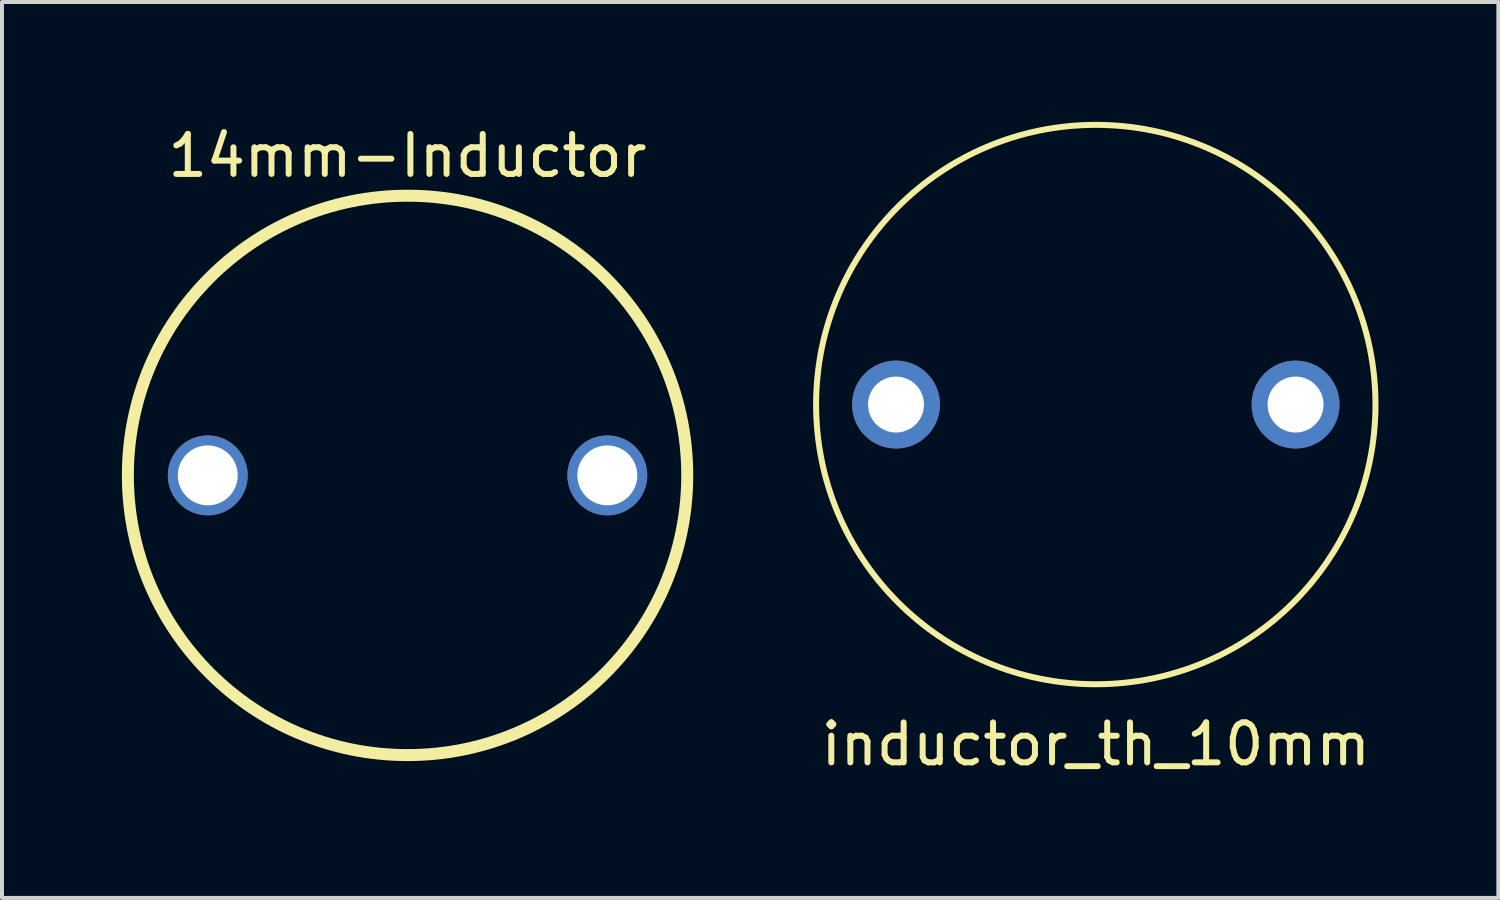
<source format=kicad_pcb>
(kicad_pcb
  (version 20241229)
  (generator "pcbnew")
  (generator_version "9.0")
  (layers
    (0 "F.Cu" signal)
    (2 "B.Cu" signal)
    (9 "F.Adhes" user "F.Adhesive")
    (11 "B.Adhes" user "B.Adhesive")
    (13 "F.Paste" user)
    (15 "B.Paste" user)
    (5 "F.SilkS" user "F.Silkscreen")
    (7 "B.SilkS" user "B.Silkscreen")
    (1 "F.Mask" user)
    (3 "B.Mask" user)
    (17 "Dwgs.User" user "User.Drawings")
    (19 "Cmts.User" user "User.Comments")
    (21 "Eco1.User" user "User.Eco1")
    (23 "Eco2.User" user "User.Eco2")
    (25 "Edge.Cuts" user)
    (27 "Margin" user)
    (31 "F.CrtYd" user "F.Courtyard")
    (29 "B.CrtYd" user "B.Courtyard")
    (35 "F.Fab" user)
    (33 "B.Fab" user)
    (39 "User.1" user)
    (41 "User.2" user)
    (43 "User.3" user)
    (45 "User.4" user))
  (footprint "14mm-Inductor"
    (layer "F.Cu")
    (at 7.15 8.848)
    (property "Reference" "14mm-Inductor" (at 0 -8 0) (layer "F.SilkS") (effects (font (size 1 1) (thickness 0.15))))
    (attr through_hole)
    (fp_circle (center 0 0) (end 7 0) (stroke (width 0.3) (type solid)) (fill no) (layer "F.SilkS"))
    (pad "1" thru_hole circle (at -5 0) (size 2 2) (drill 1.5) (layers "*.Cu" "*.Mask"))
    (pad "2" thru_hole circle (at 5 0) (size 2 2) (drill 1.5) (layers "*.Cu" "*.Mask")))
  (footprint "inductor_th_10mm"
    (layer "F.Cu")
    (at 24.375 7.075)
    (property "Reference" "inductor_th_10mm" (at 0 8.5 0) (layer "F.SilkS") (effects (font (size 1 1) (thickness 0.15))))
    (attr through_hole)
    (fp_circle (center 0 0) (end 7 0) (stroke (width 0.15) (type solid)) (fill no) (layer "F.SilkS"))
    (pad "1" thru_hole circle (at -5 0) (size 2.2 2.2) (drill 1.4) (layers "*.Cu" "*.Mask"))
    (pad "2" thru_hole circle (at 5 0) (size 2.2 2.2) (drill 1.4) (layers "*.Cu" "*.Mask")))
  (gr_rect
    (start -3 -3)
    (end 34.45 19.423)
    (stroke (width 0.1) (type default))
    (fill no)
    (layer "Edge.Cuts")))
</source>
